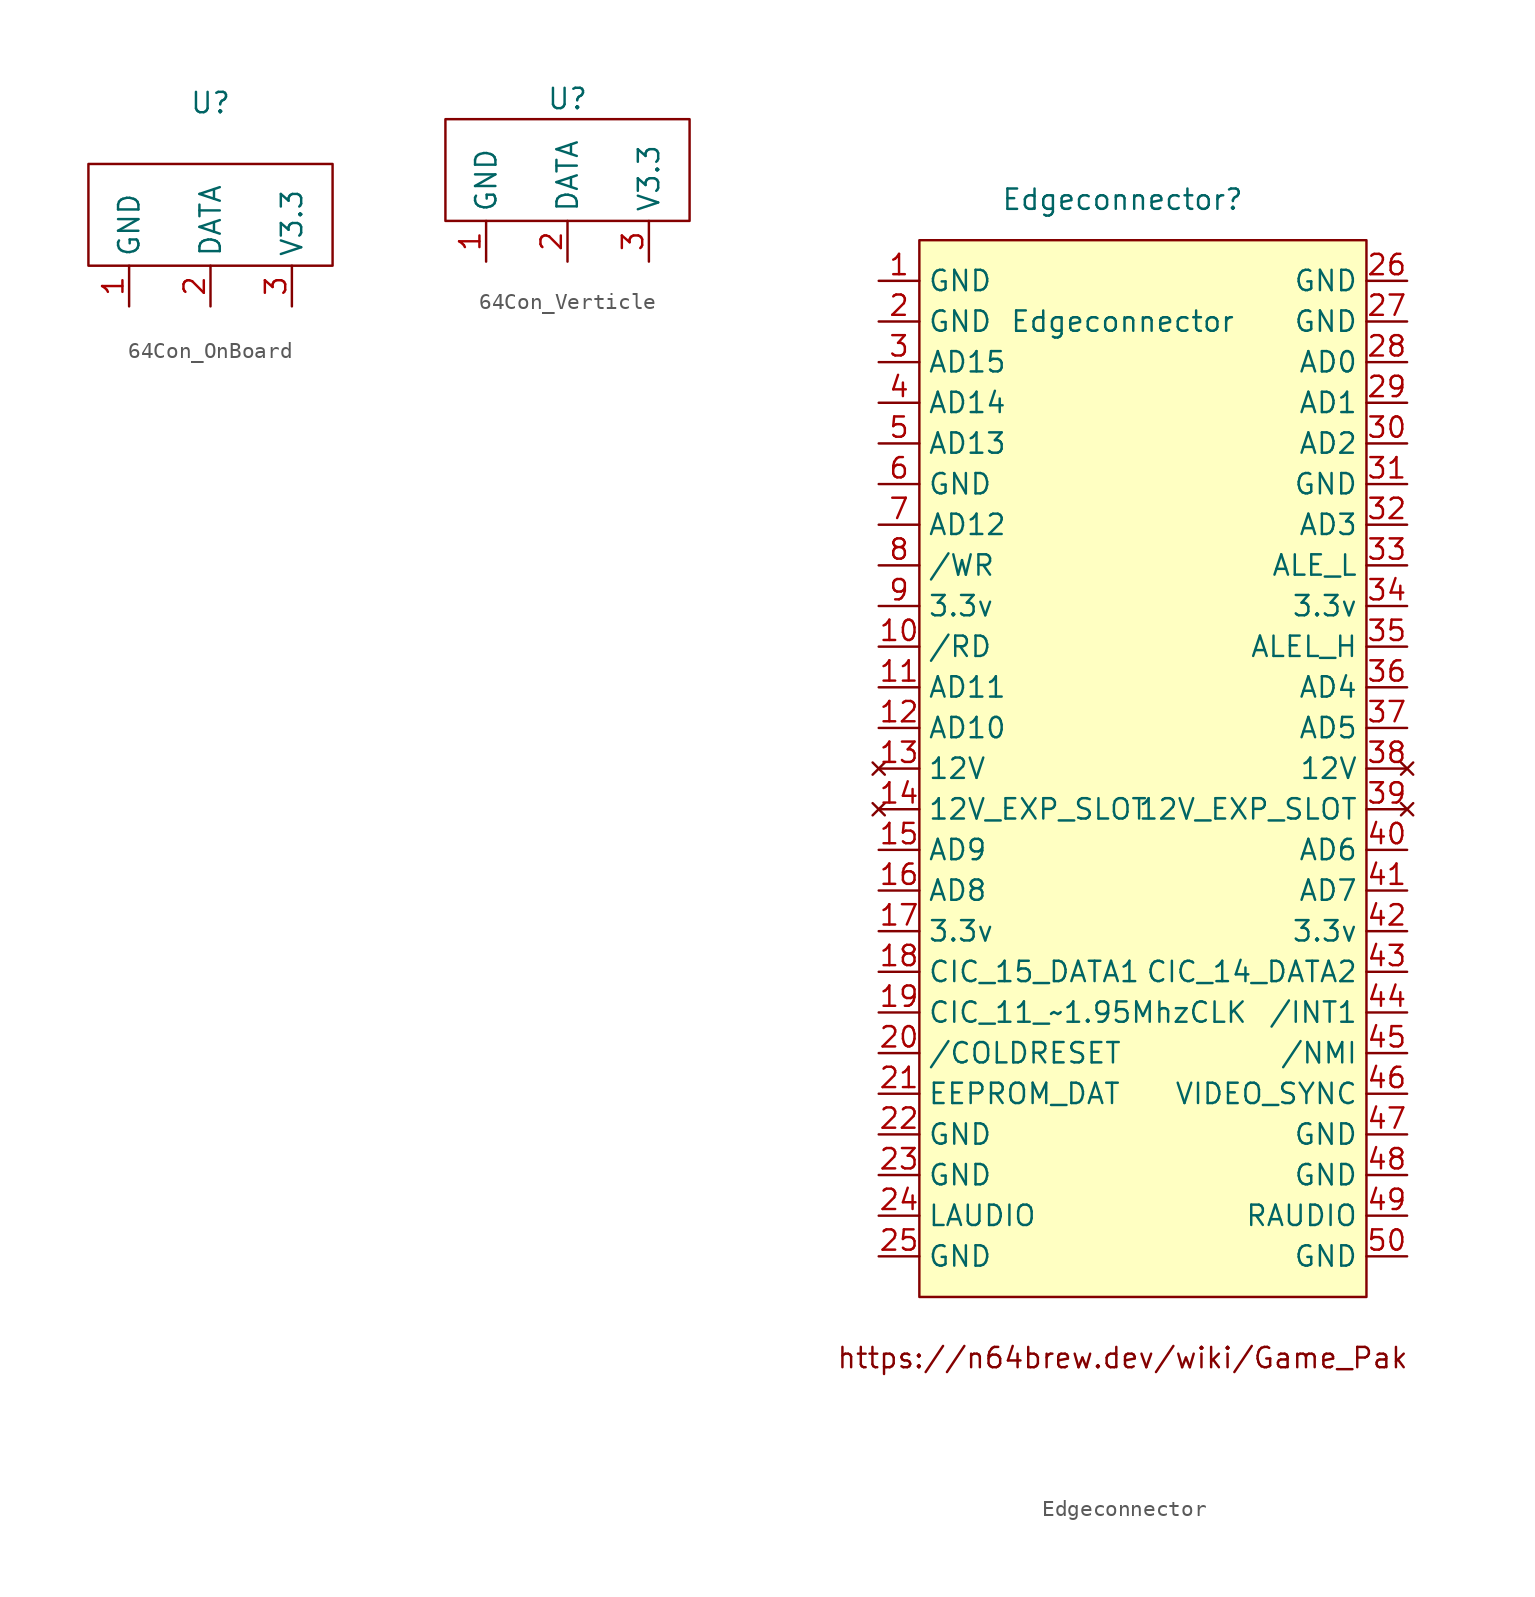
<source format=kicad_sym>
(kicad_symbol_lib
  (version 20220914)
  (generator kicad_symbol_editor)
  (symbol "64Con_OnBoard"
    (property "Reference" "U"
      (at 5.08 12.7 0)
      (effects (font (size 1.27 1.27))))
    (property "Value" ""
      (at 0 0 0)
      (effects (font (size 1.27 1.27))))
    (symbol "64Con_OnBoard_0_1"
      (rectangle (start -2.54 8.89) (end 12.7 2.54) (stroke (width 0) (type default)) (fill (type none))))
    (symbol "64Con_OnBoard_1_1"
      (pin power_in line (at 0 0 90) (length 2.54) (name "GND" (effects (font (size 1.27 1.27)))) (number "1" (effects (font (size 1.27 1.27)))))
      (pin bidirectional line (at 5.08 0 90) (length 2.54) (name "DATA" (effects (font (size 1.27 1.27)))) (number "2" (effects (font (size 1.27 1.27)))))
      (pin power_in line (at 10.16 0 90) (length 2.54) (name "V3.3" (effects (font (size 1.27 1.27)))) (number "3" (effects (font (size 1.27 1.27)))))))
  (symbol "64Con_Verticle"
    (property "Reference" "U"
      (at 0 10.16 0)
      (effects (font (size 1.27 1.27))))
    (property "Value" ""
      (at 0 0 0)
      (effects (font (size 1.27 1.27))))
    (symbol "64Con_Verticle_0_1"
      (rectangle (start -7.62 8.89) (end 7.62 2.54) (stroke (width 0) (type default)) (fill (type none))))
    (symbol "64Con_Verticle_1_1"
      (pin power_in line (at -5.08 0 90) (length 2.54) (name "GND" (effects (font (size 1.27 1.27)))) (number "1" (effects (font (size 1.27 1.27)))))
      (pin bidirectional line (at 0 0 90) (length 2.54) (name "DATA" (effects (font (size 1.27 1.27)))) (number "2" (effects (font (size 1.27 1.27)))))
      (pin power_in line (at 5.08 0 90) (length 2.54) (name "V3.3" (effects (font (size 1.27 1.27)))) (number "3" (effects (font (size 1.27 1.27)))))))
  (symbol "Edgeconnector"
    (property "Reference" "Edgeconnector"
      (at 0 35.56 0)
      (effects (font (size 1.27 1.27))))
    (property "Value" "Edgeconnector"
      (at 0 27.94 0)
      (effects (font (size 1.27 1.27))))
    (symbol "Edgeconnector_0_0"
      (text "https://n64brew.dev/wiki/Game_Pak" (at 0 -36.83 0) (effects (font (size 1.27 1.27)))))
    (symbol "Edgeconnector_0_1"
      (rectangle (start -12.7 33.02) (end 15.24 -33.02) (stroke (width 0) (type default)) (fill (type background))))
    (symbol "Edgeconnector_1_1"
      (pin power_in line (at -15.24 30.48 0) (length 2.54) (name "GND" (effects (font (size 1.27 1.27)))) (number "1" (effects (font (size 1.27 1.27)))))
      (pin bidirectional line (at -15.24 7.62 0) (length 2.54) (name "/RD" (effects (font (size 1.27 1.27)))) (number "10" (effects (font (size 1.27 1.27)))))
      (pin bidirectional line (at -15.24 5.08 0) (length 2.54) (name "AD11" (effects (font (size 1.27 1.27)))) (number "11" (effects (font (size 1.27 1.27)))))
      (pin bidirectional line (at -15.24 2.54 0) (length 2.54) (name "AD10" (effects (font (size 1.27 1.27)))) (number "12" (effects (font (size 1.27 1.27)))))
      (pin no_connect line (at -15.24 0 0) (length 2.54) (name "12V" (effects (font (size 1.27 1.27)))) (number "13" (effects (font (size 1.27 1.27)))))
      (pin no_connect line (at -15.24 -2.54 0) (length 2.54) (name "12V_EXP_SLOT" (effects (font (size 1.27 1.27)))) (number "14" (effects (font (size 1.27 1.27)))))
      (pin bidirectional line (at -15.24 -5.08 0) (length 2.54) (name "AD9" (effects (font (size 1.27 1.27)))) (number "15" (effects (font (size 1.27 1.27)))))
      (pin bidirectional line (at -15.24 -7.62 0) (length 2.54) (name "AD8" (effects (font (size 1.27 1.27)))) (number "16" (effects (font (size 1.27 1.27)))))
      (pin power_in line (at -15.24 -10.16 0) (length 2.54) (name "3.3v" (effects (font (size 1.27 1.27)))) (number "17" (effects (font (size 1.27 1.27)))))
      (pin bidirectional line (at -15.24 -12.7 0) (length 2.54) (name "CIC_15_DATA1" (effects (font (size 1.27 1.27)))) (number "18" (effects (font (size 1.27 1.27)))))
      (pin bidirectional line (at -15.24 -15.24 0) (length 2.54) (name "CIC_11_~1.95MhzCLK" (effects (font (size 1.27 1.27)))) (number "19" (effects (font (size 1.27 1.27)))))
      (pin power_in line (at -15.24 27.94 0) (length 2.54) (name "GND" (effects (font (size 1.27 1.27)))) (number "2" (effects (font (size 1.27 1.27)))))
      (pin bidirectional line (at -15.24 -17.78 0) (length 2.54) (name "/COLDRESET" (effects (font (size 1.27 1.27)))) (number "20" (effects (font (size 1.27 1.27)))))
      (pin bidirectional line (at -15.24 -20.32 0) (length 2.54) (name "EEPROM_DAT" (effects (font (size 1.27 1.27)))) (number "21" (effects (font (size 1.27 1.27)))))
      (pin power_in line (at -15.24 -22.86 0) (length 2.54) (name "GND" (effects (font (size 1.27 1.27)))) (number "22" (effects (font (size 1.27 1.27)))))
      (pin power_in line (at -15.24 -25.4 0) (length 2.54) (name "GND" (effects (font (size 1.27 1.27)))) (number "23" (effects (font (size 1.27 1.27)))))
      (pin bidirectional line (at -15.24 -27.94 0) (length 2.54) (name "LAUDIO" (effects (font (size 1.27 1.27)))) (number "24" (effects (font (size 1.27 1.27)))))
      (pin power_in line (at -15.24 -30.48 0) (length 2.54) (name "GND" (effects (font (size 1.27 1.27)))) (number "25" (effects (font (size 1.27 1.27)))))
      (pin power_in line (at 17.78 30.48 180) (length 2.54) (name "GND" (effects (font (size 1.27 1.27)))) (number "26" (effects (font (size 1.27 1.27)))))
      (pin power_in line (at 17.78 27.94 180) (length 2.54) (name "GND" (effects (font (size 1.27 1.27)))) (number "27" (effects (font (size 1.27 1.27)))))
      (pin bidirectional line (at 17.78 25.4 180) (length 2.54) (name "AD0" (effects (font (size 1.27 1.27)))) (number "28" (effects (font (size 1.27 1.27)))))
      (pin bidirectional line (at 17.78 22.86 180) (length 2.54) (name "AD1" (effects (font (size 1.27 1.27)))) (number "29" (effects (font (size 1.27 1.27)))))
      (pin bidirectional line (at -15.24 25.4 0) (length 2.54) (name "AD15" (effects (font (size 1.27 1.27)))) (number "3" (effects (font (size 1.27 1.27)))))
      (pin bidirectional line (at 17.78 20.32 180) (length 2.54) (name "AD2" (effects (font (size 1.27 1.27)))) (number "30" (effects (font (size 1.27 1.27)))))
      (pin power_in line (at 17.78 17.78 180) (length 2.54) (name "GND" (effects (font (size 1.27 1.27)))) (number "31" (effects (font (size 1.27 1.27)))))
      (pin bidirectional line (at 17.78 15.24 180) (length 2.54) (name "AD3" (effects (font (size 1.27 1.27)))) (number "32" (effects (font (size 1.27 1.27)))))
      (pin bidirectional line (at 17.78 12.7 180) (length 2.54) (name "ALE_L" (effects (font (size 1.27 1.27)))) (number "33" (effects (font (size 1.27 1.27)))))
      (pin power_in line (at 17.78 10.16 180) (length 2.54) (name "3.3v" (effects (font (size 1.27 1.27)))) (number "34" (effects (font (size 1.27 1.27)))))
      (pin bidirectional line (at 17.78 7.62 180) (length 2.54) (name "ALEL_H" (effects (font (size 1.27 1.27)))) (number "35" (effects (font (size 1.27 1.27)))))
      (pin bidirectional line (at 17.78 5.08 180) (length 2.54) (name "AD4" (effects (font (size 1.27 1.27)))) (number "36" (effects (font (size 1.27 1.27)))))
      (pin bidirectional line (at 17.78 2.54 180) (length 2.54) (name "AD5" (effects (font (size 1.27 1.27)))) (number "37" (effects (font (size 1.27 1.27)))))
      (pin no_connect line (at 17.78 0 180) (length 2.54) (name "12V" (effects (font (size 1.27 1.27)))) (number "38" (effects (font (size 1.27 1.27)))))
      (pin no_connect line (at 17.78 -2.54 180) (length 2.54) (name "12V_EXP_SLOT" (effects (font (size 1.27 1.27)))) (number "39" (effects (font (size 1.27 1.27)))))
      (pin bidirectional line (at -15.24 22.86 0) (length 2.54) (name "AD14" (effects (font (size 1.27 1.27)))) (number "4" (effects (font (size 1.27 1.27)))))
      (pin bidirectional line (at 17.78 -5.08 180) (length 2.54) (name "AD6" (effects (font (size 1.27 1.27)))) (number "40" (effects (font (size 1.27 1.27)))))
      (pin bidirectional line (at 17.78 -7.62 180) (length 2.54) (name "AD7" (effects (font (size 1.27 1.27)))) (number "41" (effects (font (size 1.27 1.27)))))
      (pin power_in line (at 17.78 -10.16 180) (length 2.54) (name "3.3v" (effects (font (size 1.27 1.27)))) (number "42" (effects (font (size 1.27 1.27)))))
      (pin bidirectional line (at 17.78 -12.7 180) (length 2.54) (name "CIC_14_DATA2" (effects (font (size 1.27 1.27)))) (number "43" (effects (font (size 1.27 1.27)))))
      (pin bidirectional line (at 17.78 -15.24 180) (length 2.54) (name "/INT1" (effects (font (size 1.27 1.27)))) (number "44" (effects (font (size 1.27 1.27)))))
      (pin bidirectional line (at 17.78 -17.78 180) (length 2.54) (name "/NMI" (effects (font (size 1.27 1.27)))) (number "45" (effects (font (size 1.27 1.27)))))
      (pin bidirectional line (at 17.78 -20.32 180) (length 2.54) (name "VIDEO_SYNC" (effects (font (size 1.27 1.27)))) (number "46" (effects (font (size 1.27 1.27)))))
      (pin power_in line (at 17.78 -22.86 180) (length 2.54) (name "GND" (effects (font (size 1.27 1.27)))) (number "47" (effects (font (size 1.27 1.27)))))
      (pin power_in line (at 17.78 -25.4 180) (length 2.54) (name "GND" (effects (font (size 1.27 1.27)))) (number "48" (effects (font (size 1.27 1.27)))))
      (pin bidirectional line (at 17.78 -27.94 180) (length 2.54) (name "RAUDIO" (effects (font (size 1.27 1.27)))) (number "49" (effects (font (size 1.27 1.27)))))
      (pin bidirectional line (at -15.24 20.32 0) (length 2.54) (name "AD13" (effects (font (size 1.27 1.27)))) (number "5" (effects (font (size 1.27 1.27)))))
      (pin power_in line (at 17.78 -30.48 180) (length 2.54) (name "GND" (effects (font (size 1.27 1.27)))) (number "50" (effects (font (size 1.27 1.27)))))
      (pin power_in line (at -15.24 17.78 0) (length 2.54) (name "GND" (effects (font (size 1.27 1.27)))) (number "6" (effects (font (size 1.27 1.27)))))
      (pin bidirectional line (at -15.24 15.24 0) (length 2.54) (name "AD12" (effects (font (size 1.27 1.27)))) (number "7" (effects (font (size 1.27 1.27)))))
      (pin bidirectional line (at -15.24 12.7 0) (length 2.54) (name "/WR" (effects (font (size 1.27 1.27)))) (number "8" (effects (font (size 1.27 1.27)))))
      (pin power_in line (at -15.24 10.16 0) (length 2.54) (name "3.3v" (effects (font (size 1.27 1.27)))) (number "9" (effects (font (size 1.27 1.27))))))))
</source>
